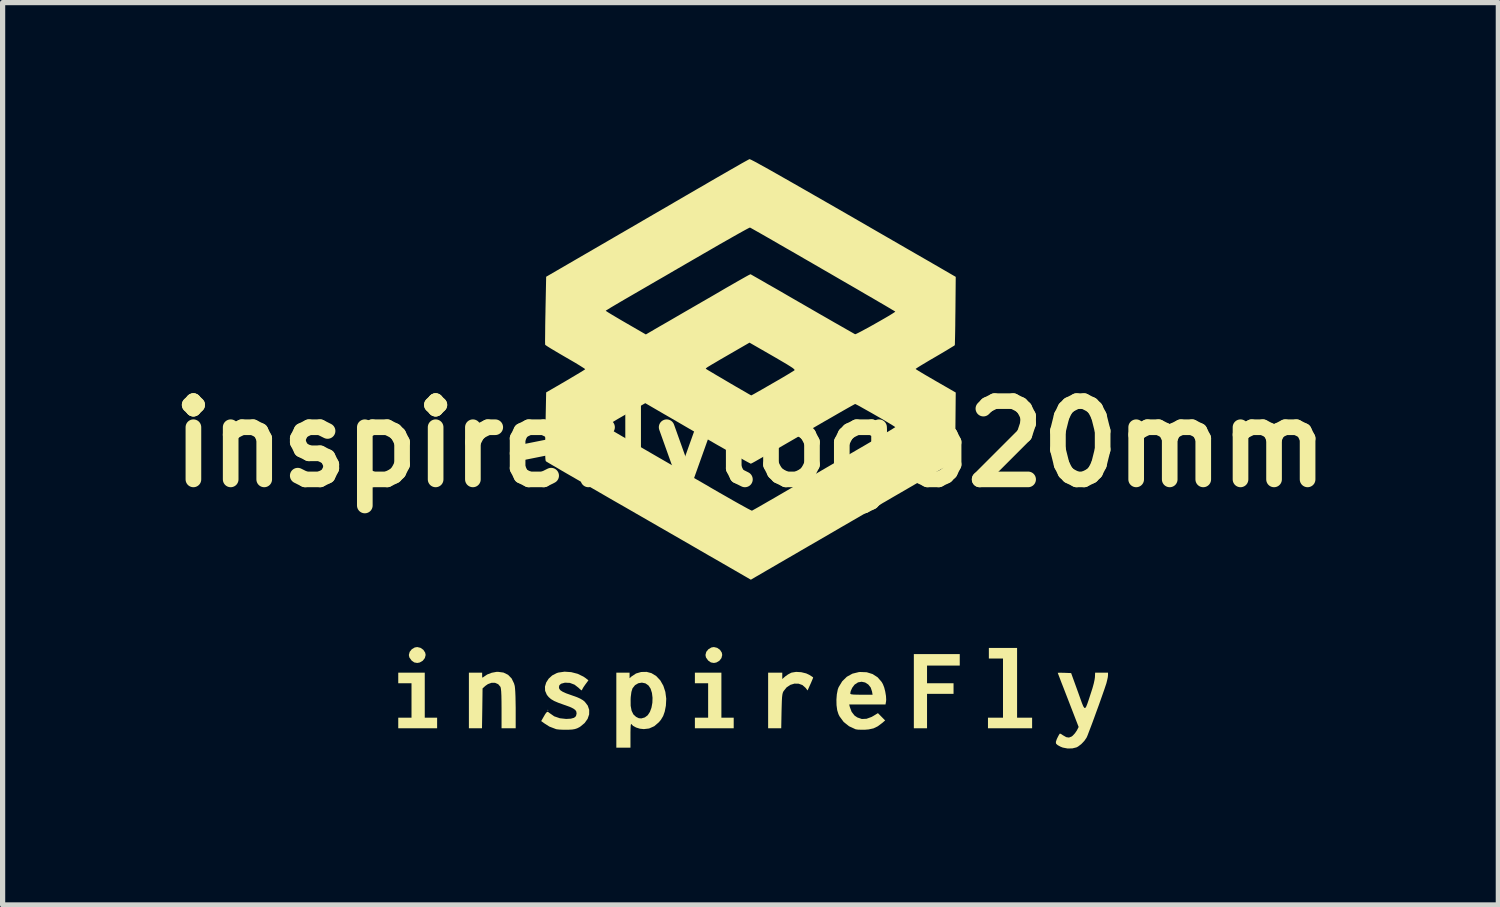
<source format=kicad_pcb>
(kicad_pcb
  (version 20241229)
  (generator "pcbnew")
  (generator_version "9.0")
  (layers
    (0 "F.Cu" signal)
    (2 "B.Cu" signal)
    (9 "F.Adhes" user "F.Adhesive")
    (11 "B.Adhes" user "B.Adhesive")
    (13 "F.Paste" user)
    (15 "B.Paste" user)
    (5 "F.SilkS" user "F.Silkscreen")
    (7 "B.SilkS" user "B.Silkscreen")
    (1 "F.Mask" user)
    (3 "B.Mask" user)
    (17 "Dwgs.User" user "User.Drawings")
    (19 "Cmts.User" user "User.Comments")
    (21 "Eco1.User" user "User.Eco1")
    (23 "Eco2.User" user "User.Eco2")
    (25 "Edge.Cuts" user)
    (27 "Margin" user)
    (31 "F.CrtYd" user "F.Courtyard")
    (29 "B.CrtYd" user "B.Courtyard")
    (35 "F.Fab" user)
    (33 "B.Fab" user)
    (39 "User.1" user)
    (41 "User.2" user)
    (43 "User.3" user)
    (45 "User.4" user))
  (footprint "inspireflylogo20mm"
    (layer "F.Cu")
    (at 11.336 5.461)
    (property "Reference" "inspireflylogo20mm" (at 0 0 0) (layer "F.SilkS") (effects (font (size 1.5 1.5) (thickness 0.3))))
    (attr board_only exclude_from_pos_files exclude_from_bom)
    (fp_poly (pts (xy -3.875 5.102) (xy -3.884 5.11) (xy -3.892 5.102) (xy -3.884 5.094)) (stroke (width 0) (type solid)) (fill yes) (layer "F.SilkS"))
    (fp_poly (pts (xy -6.325 3.907) (xy -6.271 3.945) (xy -6.236 3.999) (xy -6.227 4.044) (xy -6.243 4.104) (xy -6.283 4.155) (xy -6.34 4.188) (xy -6.388 4.197) (xy -6.445 4.187) (xy -6.494 4.153) (xy -6.499 4.147) (xy -6.539 4.091) (xy -6.549 4.044) (xy -6.533 3.984) (xy -6.493 3.934) (xy -6.436 3.9) (xy -6.388 3.892)) (stroke (width 0) (type solid)) (fill yes) (layer "F.SilkS"))
    (fp_poly (pts (xy -0.639 3.907) (xy -0.585 3.945) (xy -0.55 3.999) (xy -0.542 4.044) (xy -0.557 4.104) (xy -0.597 4.155) (xy -0.654 4.188) (xy -0.702 4.197) (xy -0.759 4.187) (xy -0.808 4.153) (xy -0.814 4.147) (xy -0.854 4.091) (xy -0.863 4.044) (xy -0.848 3.984) (xy -0.807 3.934) (xy -0.75 3.9) (xy -0.702 3.892)) (stroke (width 0) (type solid)) (fill yes) (layer "F.SilkS"))
    (fp_poly (pts (xy -6.244 4.814) (xy -6.244 5.246) (xy -6.126 5.246) (xy -6.007 5.246) (xy -6.007 5.347) (xy -6.007 5.449) (xy -6.38 5.449) (xy -6.752 5.449) (xy -6.752 5.347) (xy -6.752 5.246) (xy -6.625 5.246) (xy -6.498 5.246) (xy -6.498 4.916) (xy -6.498 4.586) (xy -6.625 4.586) (xy -6.752 4.586) (xy -6.752 4.484) (xy -6.752 4.383) (xy -6.498 4.383) (xy -6.244 4.383)) (stroke (width 0) (type solid)) (fill yes) (layer "F.SilkS"))
    (fp_poly (pts (xy -0.558 4.814) (xy -0.558 5.246) (xy -0.44 5.246) (xy -0.322 5.246) (xy -0.322 5.347) (xy -0.322 5.449) (xy -0.694 5.449) (xy -1.066 5.449) (xy -1.066 5.347) (xy -1.066 5.246) (xy -0.939 5.246) (xy -0.812 5.246) (xy -0.812 4.916) (xy -0.812 4.586) (xy -0.939 4.586) (xy -1.066 4.586) (xy -1.066 4.484) (xy -1.066 4.383) (xy -0.812 4.383) (xy -0.558 4.383)) (stroke (width 0) (type solid)) (fill yes) (layer "F.SilkS"))
    (fp_poly (pts (xy 4.011 4.137) (xy 4.011 4.247) (xy 3.697 4.247) (xy 3.384 4.247) (xy 3.384 4.417) (xy 3.384 4.586) (xy 3.638 4.586) (xy 3.892 4.586) (xy 3.892 4.687) (xy 3.892 4.789) (xy 3.638 4.789) (xy 3.384 4.789) (xy 3.384 5.119) (xy 3.384 5.449) (xy 3.257 5.449) (xy 3.131 5.449) (xy 3.131 4.738) (xy 3.131 4.027) (xy 3.571 4.027) (xy 4.011 4.027)) (stroke (width 0) (type solid)) (fill yes) (layer "F.SilkS"))
    (fp_poly (pts (xy 5.11 4.577) (xy 5.11 5.246) (xy 5.254 5.246) (xy 5.398 5.246) (xy 5.398 5.347) (xy 5.398 5.449) (xy 4.975 5.449) (xy 4.552 5.449) (xy 4.552 5.347) (xy 4.552 5.246) (xy 4.696 5.246) (xy 4.84 5.246) (xy 4.84 4.679) (xy 4.84 4.112) (xy 4.704 4.112) (xy 4.569 4.112) (xy 4.569 4.011) (xy 4.569 3.909) (xy 4.84 3.909) (xy 5.11 3.909)) (stroke (width 0) (type solid)) (fill yes) (layer "F.SilkS"))
    (fp_poly (pts (xy 0.972 4.374) (xy 1.067 4.397) (xy 1.125 4.424) (xy 1.168 4.451) (xy 1.196 4.47) (xy 1.201 4.476) (xy 1.195 4.494) (xy 1.178 4.535) (xy 1.154 4.591) (xy 1.148 4.604) (xy 1.094 4.724) (xy 1.055 4.673) (xy 0.994 4.62) (xy 0.921 4.594) (xy 0.842 4.593) (xy 0.763 4.617) (xy 0.692 4.665) (xy 0.636 4.735) (xy 0.63 4.744) (xy 0.619 4.769) (xy 0.611 4.804) (xy 0.605 4.853) (xy 0.601 4.921) (xy 0.598 5.014) (xy 0.595 5.123) (xy 0.589 5.449) (xy 0.464 5.449) (xy 0.338 5.449) (xy 0.338 4.916) (xy 0.338 4.383) (xy 0.474 4.383) (xy 0.609 4.383) (xy 0.609 4.444) (xy 0.609 4.505) (xy 0.667 4.454) (xy 0.719 4.417) (xy 0.776 4.387) (xy 0.788 4.382) (xy 0.874 4.368)) (stroke (width 0) (type solid)) (fill yes) (layer "F.SilkS"))
    (fp_poly (pts (xy -4.735 4.381) (xy -4.647 4.424) (xy -4.579 4.494) (xy -4.533 4.589) (xy -4.519 4.638) (xy -4.514 4.681) (xy -4.509 4.75) (xy -4.505 4.841) (xy -4.503 4.946) (xy -4.501 5.058) (xy -4.501 5.086) (xy -4.501 5.449) (xy -4.637 5.449) (xy -4.772 5.449) (xy -4.772 5.072) (xy -4.773 4.932) (xy -4.775 4.823) (xy -4.779 4.743) (xy -4.785 4.688) (xy -4.792 4.657) (xy -4.794 4.654) (xy -4.836 4.604) (xy -4.895 4.578) (xy -4.963 4.577) (xy -5.033 4.602) (xy -5.082 4.636) (xy -5.136 4.685) (xy -5.141 5.067) (xy -5.147 5.449) (xy -5.273 5.449) (xy -5.398 5.449) (xy -5.398 4.916) (xy -5.398 4.383) (xy -5.271 4.383) (xy -5.144 4.383) (xy -5.144 4.436) (xy -5.143 4.471) (xy -5.134 4.478) (xy -5.114 4.463) (xy -5.047 4.418) (xy -4.961 4.385) (xy -4.87 4.368) (xy -4.84 4.367)) (stroke (width 0) (type solid)) (fill yes) (layer "F.SilkS"))
    (fp_poly (pts (xy -1.899 4.392) (xy -1.807 4.448) (xy -1.73 4.53) (xy -1.671 4.633) (xy -1.632 4.752) (xy -1.615 4.882) (xy -1.622 5.017) (xy -1.623 5.022) (xy -1.644 5.129) (xy -1.674 5.214) (xy -1.717 5.286) (xy -1.756 5.333) (xy -1.844 5.409) (xy -1.943 5.453) (xy -2.044 5.465) (xy -2.121 5.457) (xy -2.194 5.434) (xy -2.253 5.401) (xy -2.283 5.369) (xy -2.29 5.367) (xy -2.296 5.392) (xy -2.299 5.445) (xy -2.301 5.529) (xy -2.301 5.58) (xy -2.301 5.821) (xy -2.437 5.821) (xy -2.572 5.821) (xy -2.572 5.102) (xy -2.572 4.896) (xy -2.298 4.896) (xy -2.297 5.019) (xy -2.279 5.113) (xy -2.245 5.183) (xy -2.194 5.23) (xy -2.194 5.23) (xy -2.141 5.256) (xy -2.092 5.26) (xy -2.033 5.243) (xy -2.023 5.239) (xy -1.97 5.199) (xy -1.928 5.135) (xy -1.898 5.053) (xy -1.881 4.96) (xy -1.878 4.864) (xy -1.889 4.772) (xy -1.915 4.69) (xy -1.955 4.629) (xy -2.014 4.588) (xy -2.082 4.574) (xy -2.151 4.586) (xy -2.213 4.622) (xy -2.26 4.681) (xy -2.262 4.684) (xy -2.283 4.752) (xy -2.296 4.851) (xy -2.298 4.896) (xy -2.572 4.896) (xy -2.572 4.383) (xy -2.445 4.383) (xy -2.318 4.383) (xy -2.318 4.437) (xy -2.318 4.49) (xy -2.28 4.455) (xy -2.195 4.399) (xy -2.096 4.37) (xy -1.991 4.368)) (stroke (width 0) (type solid)) (fill yes) (layer "F.SilkS"))
    (fp_poly (pts (xy 2.228 4.375) (xy 2.341 4.41) (xy 2.437 4.472) (xy 2.514 4.561) (xy 2.538 4.603) (xy 2.563 4.667) (xy 2.583 4.747) (xy 2.597 4.83) (xy 2.601 4.902) (xy 2.598 4.936) (xy 2.588 4.992) (xy 2.24 4.992) (xy 1.892 4.992) (xy 1.903 5.039) (xy 1.939 5.135) (xy 1.995 5.206) (xy 2.049 5.242) (xy 2.134 5.271) (xy 2.224 5.267) (xy 2.32 5.232) (xy 2.359 5.21) (xy 2.443 5.159) (xy 2.512 5.229) (xy 2.581 5.299) (xy 2.521 5.35) (xy 2.438 5.412) (xy 2.357 5.451) (xy 2.264 5.471) (xy 2.191 5.477) (xy 2.121 5.477) (xy 2.06 5.475) (xy 2.018 5.469) (xy 2.014 5.468) (xy 1.889 5.41) (xy 1.786 5.328) (xy 1.707 5.221) (xy 1.686 5.179) (xy 1.662 5.103) (xy 1.649 5.006) (xy 1.647 4.9) (xy 1.655 4.796) (xy 1.658 4.782) (xy 1.912 4.782) (xy 1.918 4.792) (xy 1.938 4.799) (xy 1.979 4.803) (xy 2.043 4.805) (xy 2.126 4.806) (xy 2.34 4.806) (xy 2.33 4.746) (xy 2.304 4.668) (xy 2.257 4.609) (xy 2.197 4.571) (xy 2.13 4.557) (xy 2.061 4.569) (xy 1.998 4.61) (xy 1.992 4.616) (xy 1.95 4.672) (xy 1.921 4.735) (xy 1.912 4.782) (xy 1.658 4.782) (xy 1.673 4.705) (xy 1.689 4.662) (xy 1.758 4.548) (xy 1.847 4.461) (xy 1.954 4.402) (xy 2.077 4.372) (xy 2.1 4.37)) (stroke (width 0) (type solid)) (fill yes) (layer "F.SilkS"))
    (fp_poly (pts (xy 6.853 4.429) (xy 6.849 4.47) (xy 6.836 4.529) (xy 6.822 4.586) (xy 6.806 4.634) (xy 6.782 4.706) (xy 6.75 4.797) (xy 6.713 4.902) (xy 6.673 5.015) (xy 6.63 5.132) (xy 6.588 5.248) (xy 6.548 5.357) (xy 6.511 5.454) (xy 6.48 5.535) (xy 6.457 5.595) (xy 6.442 5.628) (xy 6.442 5.629) (xy 6.399 5.691) (xy 6.341 5.752) (xy 6.279 5.799) (xy 6.249 5.815) (xy 6.168 5.835) (xy 6.075 5.836) (xy 5.986 5.819) (xy 5.945 5.803) (xy 5.888 5.772) (xy 5.858 5.745) (xy 5.853 5.712) (xy 5.868 5.665) (xy 5.88 5.638) (xy 5.904 5.591) (xy 5.923 5.559) (xy 5.932 5.55) (xy 5.952 5.559) (xy 5.986 5.581) (xy 5.989 5.583) (xy 6.052 5.619) (xy 6.104 5.627) (xy 6.154 5.608) (xy 6.175 5.592) (xy 6.219 5.545) (xy 6.256 5.491) (xy 6.259 5.485) (xy 6.29 5.424) (xy 6.09 4.907) (xy 6.042 4.783) (xy 5.998 4.669) (xy 5.959 4.57) (xy 5.928 4.488) (xy 5.905 4.428) (xy 5.892 4.393) (xy 5.889 4.386) (xy 5.905 4.385) (xy 5.946 4.384) (xy 6.004 4.386) (xy 6.018 4.386) (xy 6.146 4.391) (xy 6.276 4.75) (xy 6.32 4.873) (xy 6.353 4.965) (xy 6.378 5.026) (xy 6.399 5.058) (xy 6.417 5.06) (xy 6.436 5.032) (xy 6.458 4.976) (xy 6.487 4.891) (xy 6.523 4.78) (xy 6.555 4.681) (xy 6.58 4.59) (xy 6.596 4.515) (xy 6.602 4.472) (xy 6.606 4.383) (xy 6.73 4.383) (xy 6.853 4.383)) (stroke (width 0) (type solid)) (fill yes) (layer "F.SilkS"))
    (fp_poly (pts (xy -3.437 4.373) (xy -3.313 4.405) (xy -3.202 4.459) (xy -3.157 4.49) (xy -3.107 4.53) (xy -3.17 4.615) (xy -3.203 4.663) (xy -3.225 4.702) (xy -3.232 4.72) (xy -3.242 4.72) (xy -3.269 4.699) (xy -3.296 4.673) (xy -3.373 4.613) (xy -3.463 4.579) (xy -3.556 4.575) (xy -3.569 4.578) (xy -3.631 4.595) (xy -3.663 4.623) (xy -3.672 4.659) (xy -3.666 4.692) (xy -3.643 4.721) (xy -3.6 4.749) (xy -3.534 4.779) (xy -3.438 4.813) (xy -3.43 4.816) (xy -3.334 4.85) (xy -3.263 4.881) (xy -3.211 4.912) (xy -3.177 4.94) (xy -3.12 5.014) (xy -3.092 5.096) (xy -3.093 5.183) (xy -3.122 5.268) (xy -3.179 5.348) (xy -3.261 5.416) (xy -3.278 5.427) (xy -3.323 5.45) (xy -3.366 5.464) (xy -3.418 5.473) (xy -3.491 5.477) (xy -3.51 5.477) (xy -3.588 5.477) (xy -3.66 5.474) (xy -3.715 5.468) (xy -3.728 5.465) (xy -3.856 5.416) (xy -3.956 5.352) (xy -4.012 5.311) (xy -3.967 5.232) (xy -3.933 5.174) (xy -3.909 5.143) (xy -3.891 5.133) (xy -3.871 5.142) (xy -3.854 5.156) (xy -3.762 5.22) (xy -3.654 5.257) (xy -3.534 5.27) (xy -3.444 5.265) (xy -3.382 5.248) (xy -3.346 5.217) (xy -3.334 5.17) (xy -3.334 5.164) (xy -3.339 5.128) (xy -3.359 5.098) (xy -3.398 5.07) (xy -3.459 5.041) (xy -3.548 5.008) (xy -3.572 5) (xy -3.681 4.961) (xy -3.763 4.926) (xy -3.824 4.89) (xy -3.87 4.85) (xy -3.904 4.807) (xy -3.937 4.731) (xy -3.94 4.651) (xy -3.916 4.571) (xy -3.869 4.498) (xy -3.801 4.436) (xy -3.714 4.391) (xy -3.682 4.381) (xy -3.564 4.364)) (stroke (width 0) (type solid)) (fill yes) (layer "F.SilkS"))
    (fp_poly (pts (xy -0.008 -5.457) (xy 0.017 -5.446) (xy 0.056 -5.426) (xy 0.112 -5.397) (xy 0.183 -5.357) (xy 0.273 -5.308) (xy 0.38 -5.248) (xy 0.507 -5.176) (xy 0.653 -5.093) (xy 0.82 -4.998) (xy 1.009 -4.89) (xy 1.22 -4.769) (xy 1.454 -4.635) (xy 1.712 -4.487) (xy 1.995 -4.324) (xy 2.303 -4.146) (xy 2.639 -3.952) (xy 3.001 -3.743) (xy 3.392 -3.518) (xy 3.52 -3.444) (xy 3.934 -3.204) (xy 3.928 -2.554) (xy 3.926 -2.409) (xy 3.925 -2.275) (xy 3.923 -2.155) (xy 3.921 -2.053) (xy 3.919 -1.973) (xy 3.918 -1.92) (xy 3.916 -1.895) (xy 3.916 -1.894) (xy 3.901 -1.883) (xy 3.86 -1.858) (xy 3.798 -1.82) (xy 3.718 -1.772) (xy 3.625 -1.717) (xy 3.538 -1.666) (xy 3.436 -1.607) (xy 3.346 -1.553) (xy 3.269 -1.507) (xy 3.211 -1.471) (xy 3.175 -1.447) (xy 3.165 -1.439) (xy 3.179 -1.428) (xy 3.219 -1.403) (xy 3.28 -1.366) (xy 3.359 -1.319) (xy 3.452 -1.265) (xy 3.55 -1.208) (xy 3.934 -0.987) (xy 3.928 -0.337) (xy 3.926 -0.15) (xy 3.923 0.003) (xy 3.92 0.126) (xy 3.916 0.219) (xy 3.912 0.283) (xy 3.907 0.321) (xy 3.903 0.332) (xy 3.883 0.346) (xy 3.838 0.373) (xy 3.774 0.412) (xy 3.695 0.459) (xy 3.607 0.51) (xy 3.604 0.511) (xy 3.533 0.552) (xy 3.437 0.608) (xy 3.321 0.676) (xy 3.187 0.753) (xy 3.041 0.838) (xy 2.886 0.928) (xy 2.727 1.02) (xy 2.568 1.113) (xy 2.555 1.12) (xy 2.377 1.224) (xy 2.176 1.341) (xy 1.961 1.466) (xy 1.738 1.595) (xy 1.515 1.725) (xy 1.3 1.85) (xy 1.099 1.966) (xy 0.973 2.039) (xy 0.819 2.129) (xy 0.672 2.214) (xy 0.534 2.294) (xy 0.409 2.367) (xy 0.3 2.43) (xy 0.21 2.483) (xy 0.141 2.523) (xy 0.097 2.548) (xy 0.084 2.556) (xy 0.007 2.601) (xy -0.686 2.201) (xy -0.814 2.128) (xy -0.966 2.04) (xy -1.14 1.939) (xy -1.331 1.829) (xy -1.536 1.711) (xy -1.75 1.588) (xy -1.97 1.461) (xy -2.191 1.334) (xy -2.409 1.208) (xy -2.621 1.087) (xy -2.64 1.076) (xy -2.83 0.966) (xy -3.012 0.861) (xy -3.183 0.762) (xy -3.342 0.67) (xy -3.486 0.587) (xy -3.614 0.513) (xy -3.722 0.449) (xy -3.809 0.399) (xy -3.873 0.361) (xy -3.911 0.338) (xy -3.921 0.331) (xy -3.927 0.319) (xy -3.931 0.291) (xy -3.934 0.245) (xy -3.935 0.179) (xy -3.936 0.089) (xy -3.935 -0.027) (xy -3.933 -0.171) (xy -3.93 -0.337) (xy -2.775 -0.337) (xy -2.761 -0.327) (xy -2.72 -0.302) (xy -2.656 -0.263) (xy -2.572 -0.213) (xy -2.471 -0.154) (xy -2.355 -0.086) (xy -2.228 -0.012) (xy -2.147 0.035) (xy -1.996 0.122) (xy -1.824 0.222) (xy -1.635 0.331) (xy -1.437 0.445) (xy -1.237 0.561) (xy -1.041 0.675) (xy -0.855 0.782) (xy -0.755 0.841) (xy -0.608 0.926) (xy -0.469 1.005) (xy -0.342 1.078) (xy -0.23 1.141) (xy -0.134 1.194) (xy -0.058 1.236) (xy -0.004 1.264) (xy 0.024 1.277) (xy 0.028 1.278) (xy 0.046 1.268) (xy 0.091 1.243) (xy 0.157 1.206) (xy 0.242 1.157) (xy 0.342 1.099) (xy 0.454 1.035) (xy 0.536 0.987) (xy 0.646 0.923) (xy 0.78 0.845) (xy 0.934 0.755) (xy 1.103 0.657) (xy 1.282 0.554) (xy 1.465 0.447) (xy 1.65 0.34) (xy 1.829 0.235) (xy 1.899 0.195) (xy 2.057 0.103) (xy 2.205 0.017) (xy 2.341 -0.063) (xy 2.463 -0.135) (xy 2.569 -0.198) (xy 2.656 -0.249) (xy 2.72 -0.288) (xy 2.761 -0.314) (xy 2.775 -0.323) (xy 2.761 -0.334) (xy 2.722 -0.359) (xy 2.663 -0.395) (xy 2.589 -0.439) (xy 2.505 -0.489) (xy 2.414 -0.541) (xy 2.322 -0.594) (xy 2.233 -0.644) (xy 2.153 -0.689) (xy 2.086 -0.727) (xy 2.036 -0.753) (xy 2.009 -0.766) (xy 2.005 -0.767) (xy 1.988 -0.758) (xy 1.944 -0.734) (xy 1.876 -0.696) (xy 1.786 -0.645) (xy 1.676 -0.582) (xy 1.55 -0.509) (xy 1.408 -0.428) (xy 1.255 -0.339) (xy 1.092 -0.244) (xy 1.007 -0.195) (xy 0.84 -0.097) (xy 0.681 -0.005) (xy 0.534 0.08) (xy 0.399 0.157) (xy 0.281 0.225) (xy 0.18 0.282) (xy 0.1 0.328) (xy 0.044 0.359) (xy 0.012 0.375) (xy 0.007 0.378) (xy -0.011 0.369) (xy -0.057 0.345) (xy -0.129 0.305) (xy -0.225 0.252) (xy -0.342 0.185) (xy -0.48 0.106) (xy -0.637 0.017) (xy -0.81 -0.083) (xy -0.999 -0.192) (xy -1.201 -0.309) (xy -1.414 -0.433) (xy -1.638 -0.563) (xy -1.639 -0.563) (xy -2.017 -0.783) (xy -2.072 -0.751) (xy -2.103 -0.733) (xy -2.158 -0.702) (xy -2.232 -0.659) (xy -2.32 -0.609) (xy -2.416 -0.553) (xy -2.451 -0.533) (xy -2.545 -0.479) (xy -2.628 -0.429) (xy -2.697 -0.388) (xy -2.746 -0.358) (xy -2.772 -0.34) (xy -2.775 -0.337) (xy -3.93 -0.337) (xy -3.93 -0.338) (xy -3.917 -0.989) (xy -3.545 -1.205) (xy -3.444 -1.265) (xy -3.353 -1.319) (xy -3.276 -1.365) (xy -3.217 -1.401) (xy -3.18 -1.425) (xy -3.169 -1.434) (xy -3.182 -1.445) (xy -0.857 -1.445) (xy -0.855 -1.441) (xy -0.855 -1.441) (xy -0.838 -1.43) (xy -0.797 -1.405) (xy -0.736 -1.369) (xy -0.659 -1.323) (xy -0.57 -1.271) (xy -0.475 -1.215) (xy -0.377 -1.157) (xy -0.281 -1.101) (xy -0.191 -1.049) (xy -0.112 -1.004) (xy -0.049 -0.967) (xy -0.005 -0.942) (xy 0.014 -0.932) (xy 0.015 -0.932) (xy 0.031 -0.94) (xy 0.072 -0.962) (xy 0.135 -0.998) (xy 0.215 -1.043) (xy 0.31 -1.098) (xy 0.414 -1.158) (xy 0.421 -1.162) (xy 0.527 -1.223) (xy 0.625 -1.28) (xy 0.709 -1.33) (xy 0.776 -1.371) (xy 0.822 -1.399) (xy 0.843 -1.413) (xy 0.843 -1.413) (xy 0.845 -1.422) (xy 0.833 -1.437) (xy 0.806 -1.459) (xy 0.76 -1.489) (xy 0.693 -1.531) (xy 0.603 -1.584) (xy 0.487 -1.652) (xy 0.423 -1.689) (xy -0.019 -1.943) (xy -0.327 -1.765) (xy -0.467 -1.684) (xy -0.58 -1.619) (xy -0.669 -1.566) (xy -0.738 -1.526) (xy -0.787 -1.496) (xy -0.822 -1.475) (xy -0.843 -1.46) (xy -0.853 -1.451) (xy -0.857 -1.445) (xy -3.182 -1.445) (xy -3.182 -1.446) (xy -3.221 -1.471) (xy -3.281 -1.509) (xy -3.36 -1.557) (xy -3.453 -1.611) (xy -3.548 -1.666) (xy -3.651 -1.726) (xy -3.744 -1.781) (xy -3.823 -1.828) (xy -3.884 -1.866) (xy -3.923 -1.892) (xy -3.936 -1.903) (xy -3.937 -1.923) (xy -3.938 -1.974) (xy -3.937 -2.05) (xy -3.936 -2.149) (xy -3.935 -2.267) (xy -3.933 -2.399) (xy -3.93 -2.543) (xy -3.93 -2.554) (xy -2.775 -2.554) (xy -2.761 -2.544) (xy -2.721 -2.518) (xy -2.66 -2.481) (xy -2.581 -2.434) (xy -2.488 -2.379) (xy -2.39 -2.322) (xy -2.006 -2.1) (xy -1.929 -2.145) (xy -1.896 -2.164) (xy -1.837 -2.199) (xy -1.758 -2.245) (xy -1.662 -2.3) (xy -1.554 -2.362) (xy -1.439 -2.429) (xy -1.396 -2.454) (xy -1.253 -2.537) (xy -1.09 -2.631) (xy -0.919 -2.73) (xy -0.747 -2.829) (xy -0.587 -2.922) (xy -0.475 -2.988) (xy -0.361 -3.053) (xy -0.257 -3.113) (xy -0.165 -3.165) (xy -0.091 -3.207) (xy -0.036 -3.237) (xy -0.005 -3.252) (xy 0.000039 -3.254) (xy 0.016 -3.246) (xy 0.059 -3.221) (xy 0.126 -3.183) (xy 0.216 -3.132) (xy 0.324 -3.069) (xy 0.451 -2.997) (xy 0.592 -2.916) (xy 0.745 -2.827) (xy 0.908 -2.733) (xy 0.997 -2.682) (xy 1.165 -2.585) (xy 1.324 -2.493) (xy 1.473 -2.408) (xy 1.608 -2.33) (xy 1.728 -2.262) (xy 1.829 -2.204) (xy 1.91 -2.158) (xy 1.968 -2.125) (xy 2 -2.107) (xy 2.006 -2.104) (xy 2.024 -2.11) (xy 2.067 -2.131) (xy 2.129 -2.163) (xy 2.206 -2.205) (xy 2.293 -2.252) (xy 2.385 -2.304) (xy 2.477 -2.356) (xy 2.564 -2.406) (xy 2.643 -2.452) (xy 2.707 -2.491) (xy 2.752 -2.52) (xy 2.774 -2.536) (xy 2.775 -2.538) (xy 2.761 -2.548) (xy 2.719 -2.572) (xy 2.654 -2.611) (xy 2.566 -2.663) (xy 2.459 -2.725) (xy 2.335 -2.798) (xy 2.196 -2.878) (xy 2.046 -2.966) (xy 1.885 -3.059) (xy 1.717 -3.156) (xy 1.545 -3.256) (xy 1.37 -3.357) (xy 1.196 -3.458) (xy 1.024 -3.557) (xy 0.857 -3.654) (xy 0.698 -3.745) (xy 0.548 -3.831) (xy 0.412 -3.91) (xy 0.29 -3.98) (xy 0.185 -4.04) (xy 0.1 -4.088) (xy 0.038 -4.123) (xy 0.000407 -4.144) (xy -0.01 -4.149) (xy -0.028 -4.142) (xy -0.072 -4.119) (xy -0.14 -4.082) (xy -0.23 -4.032) (xy -0.338 -3.971) (xy -0.463 -3.9) (xy -0.602 -3.821) (xy -0.752 -3.734) (xy -0.91 -3.643) (xy -0.915 -3.64) (xy -1.093 -3.537) (xy -1.276 -3.431) (xy -1.461 -3.324) (xy -1.642 -3.218) (xy -1.816 -3.118) (xy -1.976 -3.025) (xy -2.119 -2.942) (xy -2.24 -2.872) (xy -2.288 -2.844) (xy -2.404 -2.777) (xy -2.51 -2.715) (xy -2.603 -2.66) (xy -2.679 -2.615) (xy -2.735 -2.58) (xy -2.768 -2.56) (xy -2.775 -2.554) (xy -3.93 -2.554) (xy -3.93 -2.563) (xy -3.917 -3.206) (xy -2.716 -3.903) (xy -2.508 -4.024) (xy -2.29 -4.15) (xy -2.069 -4.279) (xy -1.847 -4.408) (xy -1.629 -4.534) (xy -1.42 -4.656) (xy -1.224 -4.77) (xy -1.045 -4.874) (xy -0.887 -4.965) (xy -0.781 -5.027) (xy -0.636 -5.111) (xy -0.5 -5.189) (xy -0.375 -5.261) (xy -0.264 -5.324) (xy -0.171 -5.378) (xy -0.097 -5.419) (xy -0.046 -5.447) (xy -0.02 -5.46) (xy -0.019 -5.461)) (stroke (width 0) (type solid)) (fill yes) (layer "F.SilkS")))
  (gr_rect
    (start -3 -3)
    (end 25.671 14.296)
    (stroke (width 0.1) (type default))
    (fill no)
    (layer "Edge.Cuts")))
</source>
